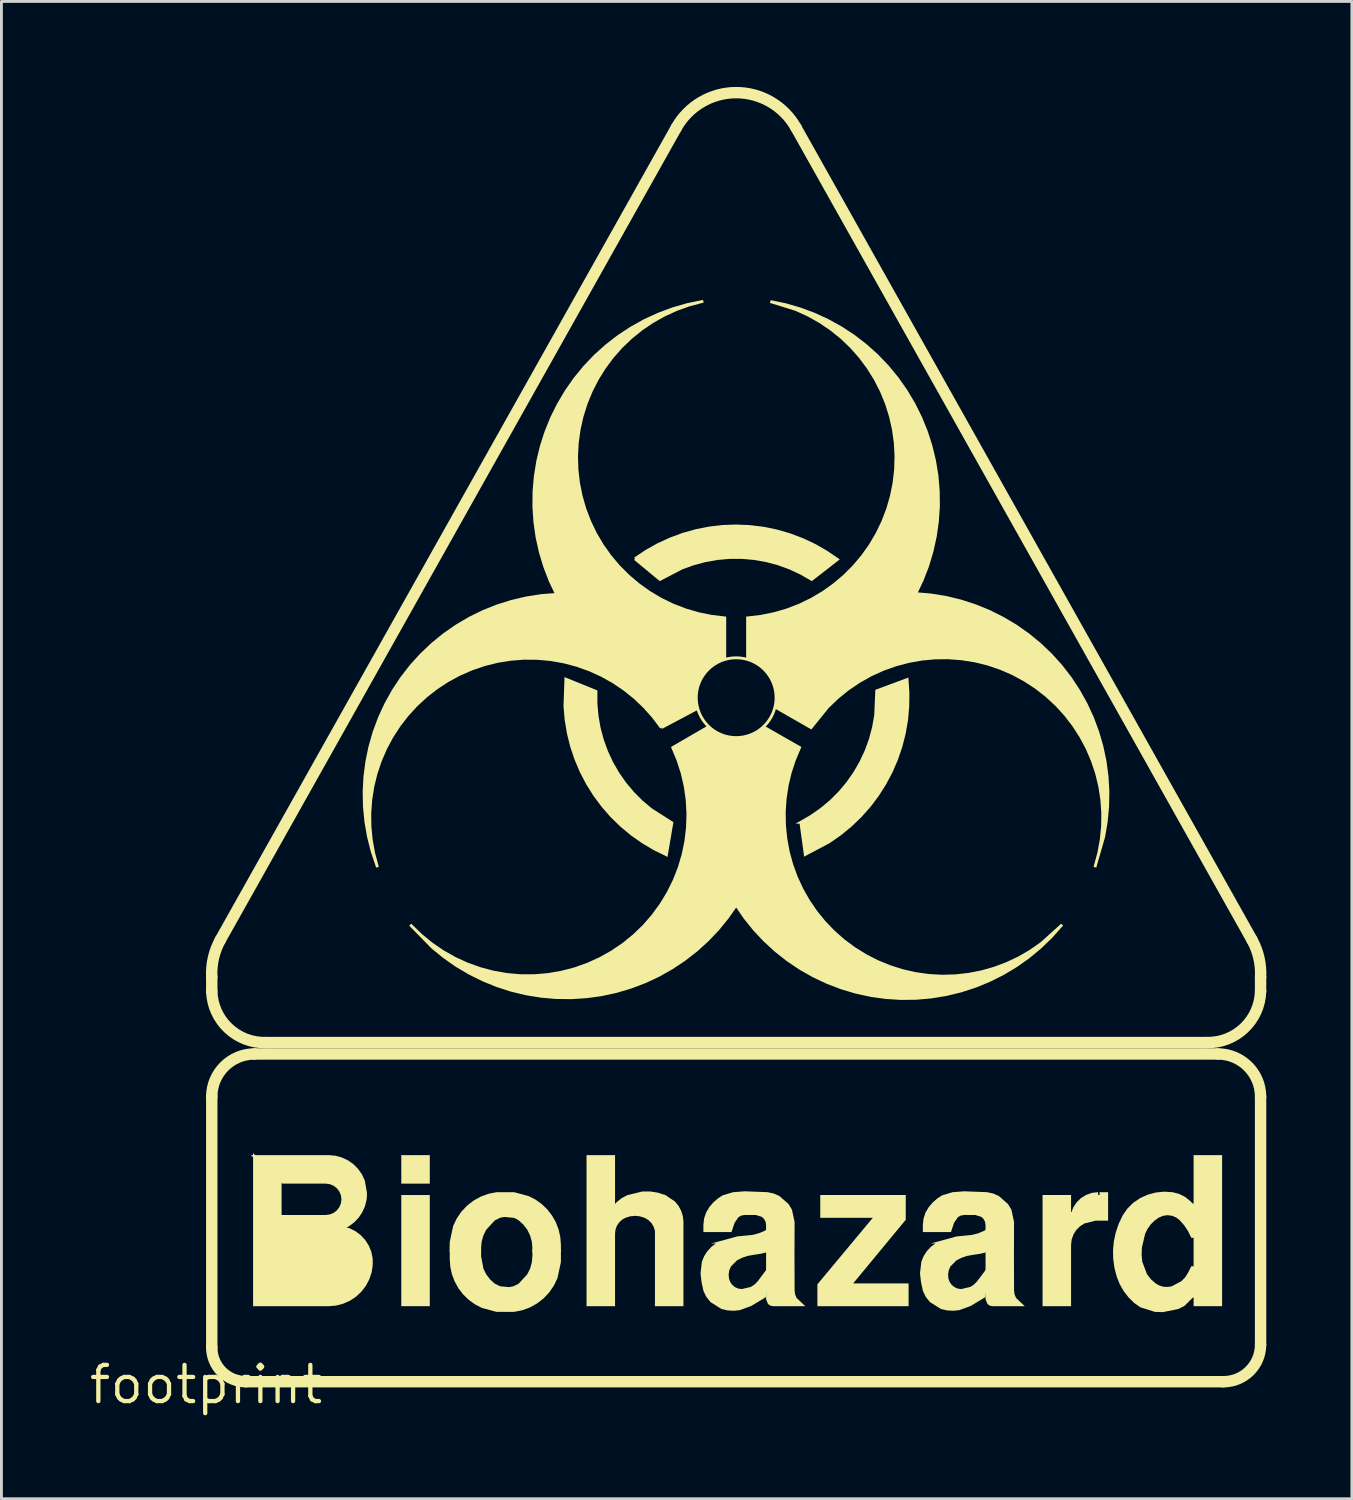
<source format=kicad_pcb>
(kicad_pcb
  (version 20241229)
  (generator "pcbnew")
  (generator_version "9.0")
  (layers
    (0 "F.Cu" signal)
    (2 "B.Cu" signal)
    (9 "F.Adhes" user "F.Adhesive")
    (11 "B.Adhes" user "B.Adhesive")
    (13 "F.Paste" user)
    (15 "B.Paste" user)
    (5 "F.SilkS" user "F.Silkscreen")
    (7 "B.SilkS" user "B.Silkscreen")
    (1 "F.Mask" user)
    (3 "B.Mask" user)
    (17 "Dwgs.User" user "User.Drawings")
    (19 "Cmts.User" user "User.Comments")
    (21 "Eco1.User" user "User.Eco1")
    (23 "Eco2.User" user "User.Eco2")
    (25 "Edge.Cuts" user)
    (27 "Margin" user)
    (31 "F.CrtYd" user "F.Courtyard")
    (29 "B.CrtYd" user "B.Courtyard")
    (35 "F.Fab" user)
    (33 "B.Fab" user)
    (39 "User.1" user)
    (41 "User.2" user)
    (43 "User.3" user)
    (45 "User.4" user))
  (footprint "footprint"
    (layer "F.Cu")
    (at 4.18 45.53)
    (property "Reference" "footprint" (at 0 0 0) (layer "F.SilkS") (effects (font (size 1.27 1.27) (thickness 0.15))))
    (fp_line (start 0.2 -13.8) (end 0.2 -14.3) (stroke (width 0.4) (type solid)) (layer "F.SilkS"))
    (fp_line (start 0.2 -10.1) (end 0.2 -1.3) (stroke (width 0.4) (type solid)) (layer "F.SilkS"))
    (fp_line (start 0.5 -15.6) (end 16.5 -44.1) (stroke (width 0.4) (type solid)) (layer "F.SilkS"))
    (fp_line (start 1.4 -0.1) (end 35.7 -0.1) (stroke (width 0.4) (type solid)) (layer "F.SilkS"))
    (fp_line (start 2.1 -12) (end 35.1 -12) (stroke (width 0.4) (type solid)) (layer "F.SilkS"))
    (fp_line (start 35.5 -11.6) (end 1.7 -11.6) (stroke (width 0.4) (type solid)) (layer "F.SilkS"))
    (fp_line (start 36.7 -15.6) (end 20.7 -44.1) (stroke (width 0.4) (type solid)) (layer "F.SilkS"))
    (fp_line (start 37 -13.8) (end 37 -14.3) (stroke (width 0.4) (type solid)) (layer "F.SilkS"))
    (fp_line (start 37 -1.4) (end 37 -10.1) (stroke (width 0.4) (type solid)) (layer "F.SilkS"))
    (fp_arc (start 0.2 -14.3) (mid 0.25896 -14.971009) (end 0.5 -15.6) (stroke (width 0.4) (type solid)) (layer "F.SilkS"))
    (fp_arc (start 0.2 -10.1) (mid 0.63934 -11.16066) (end 1.7 -11.6) (stroke (width 0.4) (type solid)) (layer "F.SilkS"))
    (fp_arc (start 1.4 -0.1) (mid 0.551472 -0.451472) (end 0.2 -1.3) (stroke (width 0.4) (type solid)) (layer "F.SilkS"))
    (fp_arc (start 2.1 -12) (mid 0.777153 -12.506438) (end 0.2 -13.799998) (stroke (width 0.4) (type solid)) (layer "F.SilkS"))
    (fp_arc (start 16.5 -44.1) (mid 18.6 -45.329787) (end 20.7 -44.1) (stroke (width 0.4) (type solid)) (layer "F.SilkS"))
    (fp_arc (start 35.5 -11.6) (mid 36.56066 -11.16066) (end 37 -10.1) (stroke (width 0.4) (type solid)) (layer "F.SilkS"))
    (fp_arc (start 36.7 -15.600001) (mid 36.94104 -14.97101) (end 37 -14.3) (stroke (width 0.4) (type solid)) (layer "F.SilkS"))
    (fp_arc (start 36.999999 -13.799999) (mid 36.422847 -12.506438) (end 35.1 -12) (stroke (width 0.4) (type solid)) (layer "F.SilkS"))
    (fp_arc (start 37 -1.4) (mid 36.619239 -0.480761) (end 35.7 -0.1) (stroke (width 0.4) (type solid)) (layer "F.SilkS"))
    (fp_circle (center 18.6 -24.1) (end 20 -24.1) (stroke (width 0.1) (type solid)) (fill no) (layer "F.SilkS"))
    (fp_poly (pts (xy 7.85 -7.05) (xy 6.85 -7.05) (xy 6.85 -8.05) (xy 7.85 -8.05)) (stroke (width 0) (type solid)) (fill yes) (layer "F.SilkS"))
    (fp_poly (pts (xy 7.85 -2.75) (xy 6.85 -2.75) (xy 6.85 -6.65) (xy 7.85 -6.65)) (stroke (width 0) (type solid)) (fill yes) (layer "F.SilkS"))
    (fp_poly (pts (xy 35.65 -2.75) (xy 34.65 -2.75) (xy 34.65 -8.05) (xy 35.65 -8.05)) (stroke (width 0) (type solid)) (fill yes) (layer "F.SilkS"))
    (fp_poly (pts (xy 24.55 -5.782) (xy 22.706 -3.55) (xy 24.65 -3.55) (xy 24.65 -2.75) (xy 21.45 -2.75) (xy 21.45 -3.518) (xy 23.393 -5.85) (xy 21.55 -5.85) (xy 21.55 -6.65) (xy 24.55 -6.65)) (stroke (width 0) (type solid)) (fill yes) (layer "F.SilkS"))
    (fp_poly (pts (xy 2.65 -7.121) (xy 2.65 -5.897) (xy 2.607 -5.55) (xy 4.807 -5.55) (xy 5.033 -5.485) (xy 5.242 -5.381) (xy 5.428 -5.241) (xy 5.586 -5.07) (xy 5.711 -4.873) (xy 5.798 -4.658) (xy 5.845 -4.429) (xy 5.85 -4.201) (xy 5.8 -4.2) (xy 5.849 -4.192) (xy 5.811 -3.941) (xy 5.729 -3.695) (xy 5.608 -3.466) (xy 5.451 -3.26) (xy 5.262 -3.083) (xy 5.046 -2.941) (xy 4.809 -2.836) (xy 4.558 -2.771) (xy 4.302 -2.75) (xy 1.65 -2.75) (xy 1.65 -8.121)) (stroke (width 0) (type solid)) (fill yes) (layer "F.SilkS"))
    (fp_poly (pts (xy 31.65 -5.75) (xy 31.206 -5.75) (xy 30.82 -5.653) (xy 30.664 -5.554) (xy 30.532 -5.422) (xy 30.433 -5.263) (xy 30.371 -5.086) (xy 30.35 -4.897) (xy 30.35 -2.75) (xy 29.35 -2.75) (xy 29.35 -6.65) (xy 30.35 -6.65) (xy 30.35 -6.05) (xy 30.365 -6.05) (xy 30.427 -6.214) (xy 30.545 -6.394) (xy 30.699 -6.544) (xy 30.882 -6.657) (xy 31.086 -6.727) (xy 31.295 -6.75) (xy 31.3 -6.7) (xy 31.3 -6.65) (xy 31.35 -6.65) (xy 31.35 -6.75) (xy 31.65 -6.75)) (stroke (width 0) (type solid)) (fill yes) (layer "F.SilkS"))
    (fp_poly (pts (xy 13.731 -24.354) (xy 13.731 -23.89) (xy 13.769 -23.464) (xy 13.843 -23.042) (xy 13.954 -22.629) (xy 14.1 -22.227) (xy 14.281 -21.839) (xy 14.495 -21.468) (xy 14.74 -21.118) (xy 15.015 -20.79) (xy 15.318 -20.487) (xy 15.645 -20.213) (xy 16.398 -19.733) (xy 16.191 -18.514) (xy 15.703 -18.754) (xy 15.292 -18.998) (xy 14.901 -19.274) (xy 14.533 -19.581) (xy 14.19 -19.915) (xy 13.875 -20.276) (xy 13.59 -20.66) (xy 13.336 -21.066) (xy 13.115 -21.49) (xy 12.928 -21.931) (xy 12.776 -22.385) (xy 12.661 -22.85) (xy 12.583 -23.322) (xy 12.542 -23.8) (xy 12.577 -24.823)) (stroke (width 0) (type solid)) (fill yes) (layer "F.SilkS"))
    (fp_poly (pts (xy 24.678 -24.264) (xy 24.672 -23.786) (xy 24.629 -23.309) (xy 24.547 -22.837) (xy 24.429 -22.374) (xy 24.274 -21.921) (xy 24.084 -21.481) (xy 23.86 -21.058) (xy 23.603 -20.654) (xy 23.315 -20.272) (xy 22.997 -19.914) (xy 22.652 -19.582) (xy 22.282 -19.278) (xy 21.889 -19.004) (xy 20.985 -18.523) (xy 20.825 -19.68) (xy 20.683 -19.68) (xy 21.216 -19.988) (xy 21.567 -20.234) (xy 21.894 -20.509) (xy 22.197 -20.812) (xy 22.472 -21.14) (xy 22.717 -21.49) (xy 22.931 -21.861) (xy 23.112 -22.249) (xy 23.259 -22.651) (xy 23.369 -23.064) (xy 23.444 -23.484) (xy 23.483 -24.377) (xy 24.642 -24.807)) (stroke (width 0) (type solid)) (fill yes) (layer "F.SilkS"))
    (fp_poly (pts (xy 19.083 -30.155) (xy 19.558 -30.097) (xy 20.027 -30.001) (xy 20.487 -29.869) (xy 20.935 -29.7) (xy 21.368 -29.497) (xy 21.784 -29.259) (xy 22.235 -28.953) (xy 21.254 -28.19) (xy 20.852 -28.422) (xy 20.465 -28.602) (xy 20.062 -28.749) (xy 19.649 -28.859) (xy 19.228 -28.933) (xy 18.801 -28.971) (xy 18.374 -28.971) (xy 17.947 -28.933) (xy 17.526 -28.859) (xy 17.113 -28.749) (xy 16.711 -28.603) (xy 15.919 -28.19) (xy 15.018 -28.936) (xy 15.05 -28.975) (xy 15.022 -29.017) (xy 15.418 -29.282) (xy 15.836 -29.516) (xy 16.271 -29.716) (xy 16.72 -29.882) (xy 17.181 -30.011) (xy 17.65 -30.104) (xy 18.126 -30.159) (xy 18.604 -30.176)) (stroke (width 0) (type solid)) (fill yes) (layer "F.SilkS"))
    (fp_poly (pts (xy 14.35 -6.335) (xy 14.406 -6.4) (xy 14.582 -6.541) (xy 14.782 -6.647) (xy 15.311 -6.775) (xy 15.587 -6.775) (xy 15.858 -6.732) (xy 16.122 -6.645) (xy 16.449 -6.426) (xy 16.578 -6.269) (xy 16.672 -6.092) (xy 16.731 -5.9) (xy 16.745 -5.75) (xy 16.75 -5.75) (xy 16.75 -2.75) (xy 15.75 -2.75) (xy 15.75 -5.392) (xy 15.705 -5.538) (xy 15.625 -5.67) (xy 15.514 -5.777) (xy 15.38 -5.854) (xy 15.219 -5.903) (xy 15.05 -5.92) (xy 14.881 -5.903) (xy 14.72 -5.854) (xy 14.597 -5.785) (xy 14.494 -5.689) (xy 14.415 -5.572) (xy 14.367 -5.44) (xy 14.35 -5.297) (xy 14.35 -2.75) (xy 13.35 -2.75) (xy 13.35 -8.05) (xy 14.35 -8.05)) (stroke (width 0) (type solid)) (fill yes) (layer "F.SilkS"))
    (fp_poly (pts (xy 4.534 -8.03) (xy 4.762 -7.969) (xy 4.975 -7.869) (xy 5.168 -7.734) (xy 5.334 -7.568) (xy 5.469 -7.375) (xy 5.57 -7.16) (xy 5.649 -6.709) (xy 5.6 -6.7) (xy 5.65 -6.696) (xy 5.631 -6.474) (xy 5.575 -6.255) (xy 5.482 -6.048) (xy 5.357 -5.859) (xy 5.201 -5.695) (xy 5.02 -5.558) (xy 4.812 -5.45) (xy 2.55 -5.45) (xy 2.55 -5.95) (xy 4.197 -5.95) (xy 4.342 -5.969) (xy 4.475 -6.024) (xy 4.589 -6.111) (xy 4.676 -6.225) (xy 4.731 -6.358) (xy 4.75 -6.5) (xy 4.731 -6.642) (xy 4.676 -6.775) (xy 4.589 -6.889) (xy 4.475 -6.976) (xy 4.342 -7.031) (xy 4.197 -7.05) (xy 2.681 -7.05) (xy 1.57 -8.05) (xy 4.302 -8.05)) (stroke (width 0) (type solid)) (fill yes) (layer "F.SilkS"))
    (fp_poly (pts (xy 9.65 -4.505) (xy 9.733 -4.063) (xy 9.831 -3.866) (xy 9.965 -3.689) (xy 10.128 -3.542) (xy 10.314 -3.449) (xy 10.632 -3.419) (xy 10.784 -3.448) (xy 10.969 -3.541) (xy 11.27 -3.868) (xy 11.368 -4.065) (xy 11.429 -4.279) (xy 11.454 -4.55) (xy 11.45 -4.55) (xy 11.45 -4.75) (xy 12.45 -4.75) (xy 12.45 -4.295) (xy 12.33 -3.735) (xy 12.204 -3.472) (xy 12.041 -3.234) (xy 11.843 -3.023) (xy 11.614 -2.846) (xy 11.361 -2.705) (xy 11.09 -2.606) (xy 10.805 -2.55) (xy 10.193 -2.55) (xy 9.675 -2.69) (xy 9.433 -2.815) (xy 9.214 -2.974) (xy 9.02 -3.163) (xy 8.856 -3.377) (xy 8.724 -3.613) (xy 8.628 -3.866) (xy 8.57 -4.13) (xy 8.55 -4.398) (xy 8.55 -4.75) (xy 9.65 -4.75)) (stroke (width 0) (type solid)) (fill yes) (layer "F.SilkS"))
    (fp_poly (pts (xy 19.706 -6.75) (xy 19.918 -6.703) (xy 20.118 -6.614) (xy 20.439 -6.332) (xy 20.557 -6.135) (xy 20.65 -5.705) (xy 20.646 -4.55) (xy 20.65 -3.4) (xy 20.65 -3.303) (xy 20.669 -3.162) (xy 20.722 -3.037) (xy 21.026 -2.75) (xy 19.895 -2.75) (xy 19.804 -2.768) (xy 19.718 -2.825) (xy 19.65 -2.99) (xy 19.65 -5.596) (xy 19.632 -5.708) (xy 19.583 -5.805) (xy 19.508 -5.88) (xy 19.292 -5.95) (xy 18.95 -5.95) (xy 18.95 -5.957) (xy 18.784 -5.931) (xy 18.684 -5.878) (xy 18.545 -5.677) (xy 18.436 -5.35) (xy 17.45 -5.35) (xy 17.45 -5.603) (xy 17.474 -5.824) (xy 17.545 -6.037) (xy 17.659 -6.229) (xy 17.804 -6.396) (xy 17.97 -6.54) (xy 18.133 -6.642) (xy 18.491 -6.749) (xy 18.899 -6.781)) (stroke (width 0) (type solid)) (fill yes) (layer "F.SilkS"))
    (fp_poly (pts (xy 27.406 -6.75) (xy 27.618 -6.703) (xy 27.818 -6.614) (xy 28.139 -6.332) (xy 28.257 -6.135) (xy 28.35 -5.705) (xy 28.346 -4.55) (xy 28.35 -3.4) (xy 28.35 -3.303) (xy 28.369 -3.162) (xy 28.422 -3.037) (xy 28.726 -2.75) (xy 27.595 -2.75) (xy 27.504 -2.768) (xy 27.418 -2.825) (xy 27.35 -2.99) (xy 27.35 -5.596) (xy 27.332 -5.708) (xy 27.283 -5.805) (xy 27.208 -5.88) (xy 26.992 -5.95) (xy 26.65 -5.95) (xy 26.65 -5.957) (xy 26.484 -5.931) (xy 26.384 -5.878) (xy 26.245 -5.677) (xy 26.136 -5.35) (xy 25.15 -5.35) (xy 25.15 -5.603) (xy 25.174 -5.824) (xy 25.245 -6.037) (xy 25.359 -6.229) (xy 25.504 -6.396) (xy 25.67 -6.54) (xy 25.833 -6.642) (xy 26.191 -6.749) (xy 26.599 -6.781)) (stroke (width 0) (type solid)) (fill yes) (layer "F.SilkS"))
    (fp_poly (pts (xy 11.325 -6.61) (xy 11.567 -6.485) (xy 11.786 -6.326) (xy 11.98 -6.137) (xy 12.144 -5.923) (xy 12.276 -5.687) (xy 12.372 -5.434) (xy 12.43 -5.17) (xy 12.45 -4.902) (xy 12.45 -4.65) (xy 11.45 -4.65) (xy 11.45 -4.798) (xy 11.429 -5.021) (xy 11.368 -5.235) (xy 11.269 -5.434) (xy 11.135 -5.611) (xy 10.97 -5.76) (xy 10.882 -5.814) (xy 10.788 -5.851) (xy 10.468 -5.881) (xy 10.316 -5.852) (xy 10.131 -5.759) (xy 9.83 -5.432) (xy 9.732 -5.235) (xy 9.671 -5.021) (xy 9.65 -4.798) (xy 9.65 -4.65) (xy 8.551 -4.65) (xy 8.546 -4.85) (xy 8.55 -5.006) (xy 8.67 -5.565) (xy 8.796 -5.828) (xy 8.959 -6.066) (xy 9.157 -6.277) (xy 9.386 -6.454) (xy 9.639 -6.595) (xy 9.91 -6.694) (xy 10.195 -6.75) (xy 10.807 -6.75)) (stroke (width 0) (type solid)) (fill yes) (layer "F.SilkS"))
    (fp_poly (pts (xy 19.75 -4.661) (xy 19.462 -4.589) (xy 19.208 -4.551) (xy 19.003 -4.514) (xy 18.809 -4.449) (xy 18.63 -4.359) (xy 18.416 -4.143) (xy 18.358 -4.008) (xy 18.335 -3.86) (xy 18.349 -3.711) (xy 18.393 -3.595) (xy 18.465 -3.494) (xy 18.563 -3.416) (xy 18.677 -3.367) (xy 18.798 -3.351) (xy 19.115 -3.426) (xy 19.248 -3.513) (xy 19.362 -3.632) (xy 19.77 -4.177) (xy 19.647 -3.07) (xy 19.122 -2.755) (xy 18.724 -2.61) (xy 18.508 -2.589) (xy 18.294 -2.603) (xy 18.094 -2.65) (xy 18.086 -2.65) (xy 17.698 -2.894) (xy 17.553 -3.076) (xy 17.45 -3.289) (xy 17.45 -3.295) (xy 17.386 -3.589) (xy 17.35 -3.9) (xy 17.396 -4.307) (xy 17.475 -4.502) (xy 17.587 -4.677) (xy 17.728 -4.83) (xy 17.889 -4.95) (xy 17.726 -4.95) (xy 18.635 -5.198) (xy 18.92 -5.225) (xy 19.157 -5.248) (xy 19.385 -5.305) (xy 19.601 -5.394) (xy 19.75 -5.493)) (stroke (width 0) (type solid)) (fill yes) (layer "F.SilkS"))
    (fp_poly (pts (xy 27.45 -4.661) (xy 27.162 -4.589) (xy 26.908 -4.551) (xy 26.703 -4.514) (xy 26.509 -4.449) (xy 26.33 -4.359) (xy 26.116 -4.143) (xy 26.058 -4.008) (xy 26.035 -3.86) (xy 26.049 -3.711) (xy 26.093 -3.595) (xy 26.165 -3.494) (xy 26.263 -3.416) (xy 26.377 -3.367) (xy 26.498 -3.351) (xy 26.815 -3.426) (xy 26.948 -3.513) (xy 27.062 -3.632) (xy 27.47 -4.177) (xy 27.347 -3.07) (xy 26.822 -2.755) (xy 26.424 -2.61) (xy 26.208 -2.589) (xy 25.994 -2.603) (xy 25.794 -2.65) (xy 25.786 -2.65) (xy 25.398 -2.894) (xy 25.253 -3.076) (xy 25.15 -3.289) (xy 25.15 -3.295) (xy 25.086 -3.589) (xy 25.05 -3.9) (xy 25.096 -4.307) (xy 25.175 -4.502) (xy 25.287 -4.677) (xy 25.428 -4.83) (xy 25.589 -4.95) (xy 25.426 -4.95) (xy 26.335 -5.198) (xy 26.62 -5.225) (xy 26.857 -5.248) (xy 27.085 -5.305) (xy 27.301 -5.394) (xy 27.45 -5.493)) (stroke (width 0) (type solid)) (fill yes) (layer "F.SilkS"))
    (fp_poly (pts (xy 33.908 -6.75) (xy 34.138 -6.691) (xy 34.35 -6.585) (xy 34.533 -6.437) (xy 34.621 -6.35) (xy 34.75 -6.35) (xy 34.75 -5.15) (xy 34.569 -5.15) (xy 34.45 -5.392) (xy 34.319 -5.587) (xy 34.166 -5.763) (xy 34.038 -5.862) (xy 33.89 -5.923) (xy 33.731 -5.943) (xy 33.573 -5.92) (xy 33.425 -5.856) (xy 33.271 -5.746) (xy 33.138 -5.61) (xy 33.028 -5.454) (xy 32.947 -5.283) (xy 32.835 -4.8) (xy 32.826 -4.554) (xy 32.849 -4.311) (xy 33.013 -3.874) (xy 33.153 -3.693) (xy 33.329 -3.541) (xy 33.457 -3.471) (xy 33.597 -3.431) (xy 33.742 -3.424) (xy 33.884 -3.448) (xy 34.222 -3.628) (xy 34.353 -3.762) (xy 34.456 -3.925) (xy 34.569 -4.15) (xy 34.75 -4.15) (xy 34.75 -3.05) (xy 34.621 -3.05) (xy 34.324 -2.755) (xy 34.116 -2.652) (xy 33.575 -2.542) (xy 33.292 -2.55) (xy 32.789 -2.708) (xy 32.584 -2.85) (xy 32.58 -2.85) (xy 32.367 -3.058) (xy 32.196 -3.28) (xy 32.057 -3.524) (xy 31.95 -3.79) (xy 31.95 -3.794) (xy 31.873 -4.09) (xy 31.83 -4.403) (xy 31.823 -4.718) (xy 31.853 -5.032) (xy 31.919 -5.34) (xy 32.021 -5.639) (xy 32.156 -5.925) (xy 32.322 -6.169) (xy 32.531 -6.378) (xy 32.776 -6.544) (xy 33.042 -6.663) (xy 33.325 -6.739) (xy 33.616 -6.768)) (stroke (width 0) (type solid)) (fill yes) (layer "F.SilkS"))
    (fp_poly (pts (xy 20.334 -37.94) (xy 20.85 -37.791) (xy 21.353 -37.604) (xy 21.841 -37.38) (xy 22.311 -37.119) (xy 22.759 -36.824) (xy 23.184 -36.496) (xy 23.583 -36.137) (xy 23.954 -35.749) (xy 24.295 -35.334) (xy 24.604 -34.894) (xy 24.879 -34.433) (xy 25.118 -33.952) (xy 25.32 -33.455) (xy 25.484 -32.944) (xy 25.61 -32.422) (xy 25.696 -31.892) (xy 25.741 -31.357) (xy 25.747 -30.82) (xy 25.711 -30.284) (xy 25.636 -29.752) (xy 25.521 -29.228) (xy 25.367 -28.713) (xy 25.174 -28.212) (xy 24.976 -27.794) (xy 25.437 -27.754) (xy 25.966 -27.668) (xy 26.487 -27.543) (xy 26.998 -27.378) (xy 27.494 -27.176) (xy 27.974 -26.937) (xy 28.435 -26.663) (xy 28.874 -26.355) (xy 29.289 -26.015) (xy 29.677 -25.645) (xy 30.036 -25.247) (xy 30.364 -24.822) (xy 30.659 -24.375) (xy 30.92 -23.906) (xy 31.145 -23.42) (xy 31.332 -22.917) (xy 31.482 -22.402) (xy 31.592 -21.878) (xy 31.663 -21.346) (xy 31.694 -20.811) (xy 31.684 -20.275) (xy 31.634 -19.741) (xy 31.544 -19.211) (xy 31.234 -18.138) (xy 31.139 -18.165) (xy 31.275 -18.665) (xy 31.359 -19.123) (xy 31.405 -19.586) (xy 31.412 -20.052) (xy 31.379 -20.517) (xy 31.308 -20.977) (xy 31.199 -21.43) (xy 31.051 -21.872) (xy 30.868 -22.3) (xy 30.649 -22.711) (xy 30.396 -23.103) (xy 30.112 -23.472) (xy 29.798 -23.816) (xy 29.456 -24.132) (xy 29.088 -24.418) (xy 28.698 -24.673) (xy 28.288 -24.894) (xy 27.861 -25.08) (xy 27.42 -25.23) (xy 26.968 -25.342) (xy 26.508 -25.415) (xy 26.043 -25.45) (xy 25.577 -25.446) (xy 25.114 -25.403) (xy 24.655 -25.321) (xy 24.205 -25.201) (xy 23.766 -25.044) (xy 23.343 -24.85) (xy 22.937 -24.622) (xy 22.551 -24.36) (xy 22.189 -24.067) (xy 21.853 -23.746) (xy 21.237 -22.985) (xy 19.957 -23.72) (xy 20.005 -23.996) (xy 20.004 -24.237) (xy 19.962 -24.474) (xy 19.879 -24.7) (xy 19.759 -24.908) (xy 19.605 -25.093) (xy 19.422 -25.246) (xy 18.95 -25.468) (xy 18.95 -26.899) (xy 18.947 -26.944) (xy 19.46 -27.004) (xy 19.918 -27.097) (xy 20.366 -27.227) (xy 20.802 -27.395) (xy 21.222 -27.599) (xy 21.624 -27.837) (xy 22.004 -28.108) (xy 22.361 -28.41) (xy 22.691 -28.74) (xy 22.992 -29.097) (xy 23.262 -29.478) (xy 23.499 -29.881) (xy 23.702 -30.301) (xy 23.869 -30.738) (xy 23.998 -31.186) (xy 24.09 -31.644) (xy 24.143 -32.108) (xy 24.157 -32.575) (xy 24.132 -33.041) (xy 24.068 -33.504) (xy 23.965 -33.96) (xy 23.825 -34.405) (xy 23.648 -34.837) (xy 23.435 -35.253) (xy 23.189 -35.649) (xy 22.91 -36.024) (xy 22.6 -36.374) (xy 22.263 -36.696) (xy 21.899 -36.99) (xy 21.512 -37.251) (xy 21.105 -37.48) (xy 20.681 -37.673) (xy 19.785 -37.952) (xy 19.8 -38) (xy 19.8 -38) (xy 19.81 -38.049)) (stroke (width 0) (type solid)) (fill yes) (layer "F.SilkS"))
    (fp_poly (pts (xy 17.621 -23.091) (xy 17.807 -22.938) (xy 18.014 -22.82) (xy 18.239 -22.74) (xy 18.474 -22.699) (xy 18.712 -22.698) (xy 18.948 -22.739) (xy 19.172 -22.818) (xy 19.38 -22.935) (xy 19.595 -23.11) (xy 20.891 -22.37) (xy 20.87 -22.329) (xy 20.69 -21.902) (xy 20.545 -21.462) (xy 20.438 -21.011) (xy 20.369 -20.553) (xy 20.337 -20.091) (xy 20.345 -19.628) (xy 20.391 -19.167) (xy 20.474 -18.711) (xy 20.596 -18.264) (xy 20.754 -17.828) (xy 20.948 -17.408) (xy 21.177 -17.005) (xy 21.437 -16.622) (xy 21.729 -16.262) (xy 22.05 -15.928) (xy 22.398 -15.621) (xy 22.769 -15.345) (xy 23.163 -15.1) (xy 23.575 -14.889) (xy 24.004 -14.713) (xy 24.445 -14.573) (xy 24.897 -14.47) (xy 25.356 -14.405) (xy 25.818 -14.379) (xy 26.281 -14.391) (xy 26.742 -14.442) (xy 27.197 -14.53) (xy 27.642 -14.656) (xy 28.076 -14.819) (xy 28.495 -15.017) (xy 28.896 -15.25) (xy 29.275 -15.514) (xy 30.003 -16.17) (xy 30.07 -16.099) (xy 30.036 -16.066) (xy 29.681 -15.668) (xy 29.295 -15.297) (xy 28.882 -14.955) (xy 28.444 -14.646) (xy 27.984 -14.371) (xy 27.505 -14.131) (xy 27.009 -13.927) (xy 26.499 -13.762) (xy 25.979 -13.636) (xy 25.45 -13.549) (xy 24.916 -13.502) (xy 24.38 -13.496) (xy 23.845 -13.53) (xy 23.314 -13.604) (xy 22.79 -13.718) (xy 22.277 -13.871) (xy 21.776 -14.062) (xy 21.291 -14.291) (xy 20.825 -14.555) (xy 20.38 -14.854) (xy 19.959 -15.186) (xy 19.564 -15.548) (xy 19.197 -15.939) (xy 18.861 -16.357) (xy 18.6 -16.737) (xy 18.336 -16.36) (xy 17.998 -15.945) (xy 17.63 -15.558) (xy 17.234 -15.198) (xy 16.812 -14.87) (xy 16.367 -14.574) (xy 15.901 -14.311) (xy 15.417 -14.085) (xy 14.917 -13.895) (xy 14.405 -13.743) (xy 13.882 -13.63) (xy 13.353 -13.557) (xy 12.819 -13.523) (xy 12.285 -13.529) (xy 11.752 -13.575) (xy 11.224 -13.66) (xy 10.704 -13.785) (xy 10.195 -13.949) (xy 9.7 -14.15) (xy 9.221 -14.387) (xy 8.761 -14.659) (xy 8.323 -14.966) (xy 7.908 -15.304) (xy 7.13 -16.1) (xy 7.199 -16.17) (xy 7.578 -15.803) (xy 7.947 -15.501) (xy 8.341 -15.232) (xy 8.755 -14.998) (xy 9.189 -14.8) (xy 9.638 -14.64) (xy 10.098 -14.519) (xy 10.568 -14.437) (xy 11.042 -14.396) (xy 11.519 -14.396) (xy 11.994 -14.436) (xy 12.463 -14.517) (xy 12.924 -14.637) (xy 13.373 -14.797) (xy 13.807 -14.994) (xy 14.222 -15.228) (xy 14.616 -15.496) (xy 14.985 -15.797) (xy 15.328 -16.128) (xy 15.64 -16.488) (xy 15.921 -16.873) (xy 16.168 -17.28) (xy 16.38 -17.707) (xy 16.554 -18.151) (xy 16.689 -18.607) (xy 16.786 -19.074) (xy 16.841 -19.547) (xy 16.857 -20.023) (xy 16.831 -20.499) (xy 16.765 -20.971) (xy 16.659 -21.435) (xy 16.513 -21.889) (xy 16.312 -22.371) (xy 17.596 -23.116)) (stroke (width 0) (type solid)) (fill yes) (layer "F.SilkS"))
    (fp_poly (pts (xy 17.46 -37.964) (xy 16.96 -37.831) (xy 16.521 -37.673) (xy 16.097 -37.479) (xy 15.69 -37.25) (xy 15.304 -36.988) (xy 14.941 -36.694) (xy 14.604 -36.372) (xy 14.295 -36.022) (xy 14.017 -35.647) (xy 13.771 -35.251) (xy 13.558 -34.835) (xy 13.382 -34.404) (xy 13.242 -33.959) (xy 13.139 -33.503) (xy 13.075 -33.041) (xy 13.05 -32.575) (xy 13.064 -32.109) (xy 13.117 -31.645) (xy 13.209 -31.188) (xy 13.338 -30.739) (xy 13.505 -30.303) (xy 13.707 -29.883) (xy 13.944 -29.481) (xy 14.214 -29.1) (xy 14.514 -28.743) (xy 14.844 -28.413) (xy 15.2 -28.111) (xy 15.579 -27.84) (xy 15.98 -27.601) (xy 16.4 -27.397) (xy 16.835 -27.229) (xy 17.283 -27.098) (xy 17.74 -27.005) (xy 18.25 -26.944) (xy 18.25 -25.466) (xy 17.986 -25.363) (xy 17.776 -25.237) (xy 17.592 -25.076) (xy 17.437 -24.886) (xy 17.319 -24.672) (xy 17.238 -24.441) (xy 17.2 -24.201) (xy 17.253 -23.672) (xy 15.998 -23.006) (xy 15.975 -23.05) (xy 15.935 -23.02) (xy 15.655 -23.394) (xy 15.346 -23.741) (xy 15.01 -24.062) (xy 14.647 -24.353) (xy 14.262 -24.613) (xy 13.856 -24.84) (xy 13.433 -25.032) (xy 12.995 -25.188) (xy 12.545 -25.307) (xy 12.088 -25.388) (xy 11.625 -25.43) (xy 11.16 -25.434) (xy 10.696 -25.398) (xy 10.237 -25.325) (xy 9.786 -25.213) (xy 9.346 -25.063) (xy 8.92 -24.878) (xy 8.511 -24.657) (xy 8.121 -24.403) (xy 7.755 -24.117) (xy 7.413 -23.802) (xy 7.099 -23.459) (xy 6.815 -23.091) (xy 6.562 -22.701) (xy 6.343 -22.291) (xy 6.159 -21.864) (xy 6.011 -21.423) (xy 5.901 -20.972) (xy 5.829 -20.513) (xy 5.795 -20.049) (xy 5.8 -19.584) (xy 5.845 -19.121) (xy 5.927 -18.664) (xy 6.061 -18.166) (xy 5.968 -18.138) (xy 5.782 -18.691) (xy 5.65 -19.211) (xy 5.558 -19.739) (xy 5.506 -20.273) (xy 5.495 -20.81) (xy 5.524 -21.345) (xy 5.594 -21.877) (xy 5.703 -22.403) (xy 5.852 -22.918) (xy 6.04 -23.421) (xy 6.265 -23.908) (xy 6.526 -24.376) (xy 6.822 -24.824) (xy 7.151 -25.247) (xy 7.511 -25.645) (xy 7.901 -26.015) (xy 8.316 -26.353) (xy 8.757 -26.66) (xy 9.219 -26.932) (xy 9.701 -27.169) (xy 10.199 -27.368) (xy 10.71 -27.529) (xy 11.233 -27.651) (xy 11.763 -27.733) (xy 12.224 -27.769) (xy 12.025 -28.188) (xy 11.833 -28.69) (xy 11.678 -29.205) (xy 11.562 -29.73) (xy 11.487 -30.263) (xy 11.451 -30.8) (xy 11.456 -31.337) (xy 11.502 -31.873) (xy 11.587 -32.404) (xy 11.713 -32.927) (xy 11.877 -33.439) (xy 12.079 -33.938) (xy 12.318 -34.419) (xy 12.593 -34.882) (xy 12.901 -35.322) (xy 13.242 -35.738) (xy 13.613 -36.128) (xy 14.013 -36.488) (xy 14.438 -36.817) (xy 14.887 -37.113) (xy 15.357 -37.375) (xy 15.845 -37.6) (xy 16.349 -37.789) (xy 16.865 -37.939) (xy 17.437 -38.059)) (stroke (width 0) (type solid)) (fill yes) (layer "F.SilkS")))
  (gr_rect
    (start -3 -3)
    (end 44.383 49.536)
    (stroke (width 0.1) (type default))
    (fill no)
    (layer "Edge.Cuts")))
</source>
